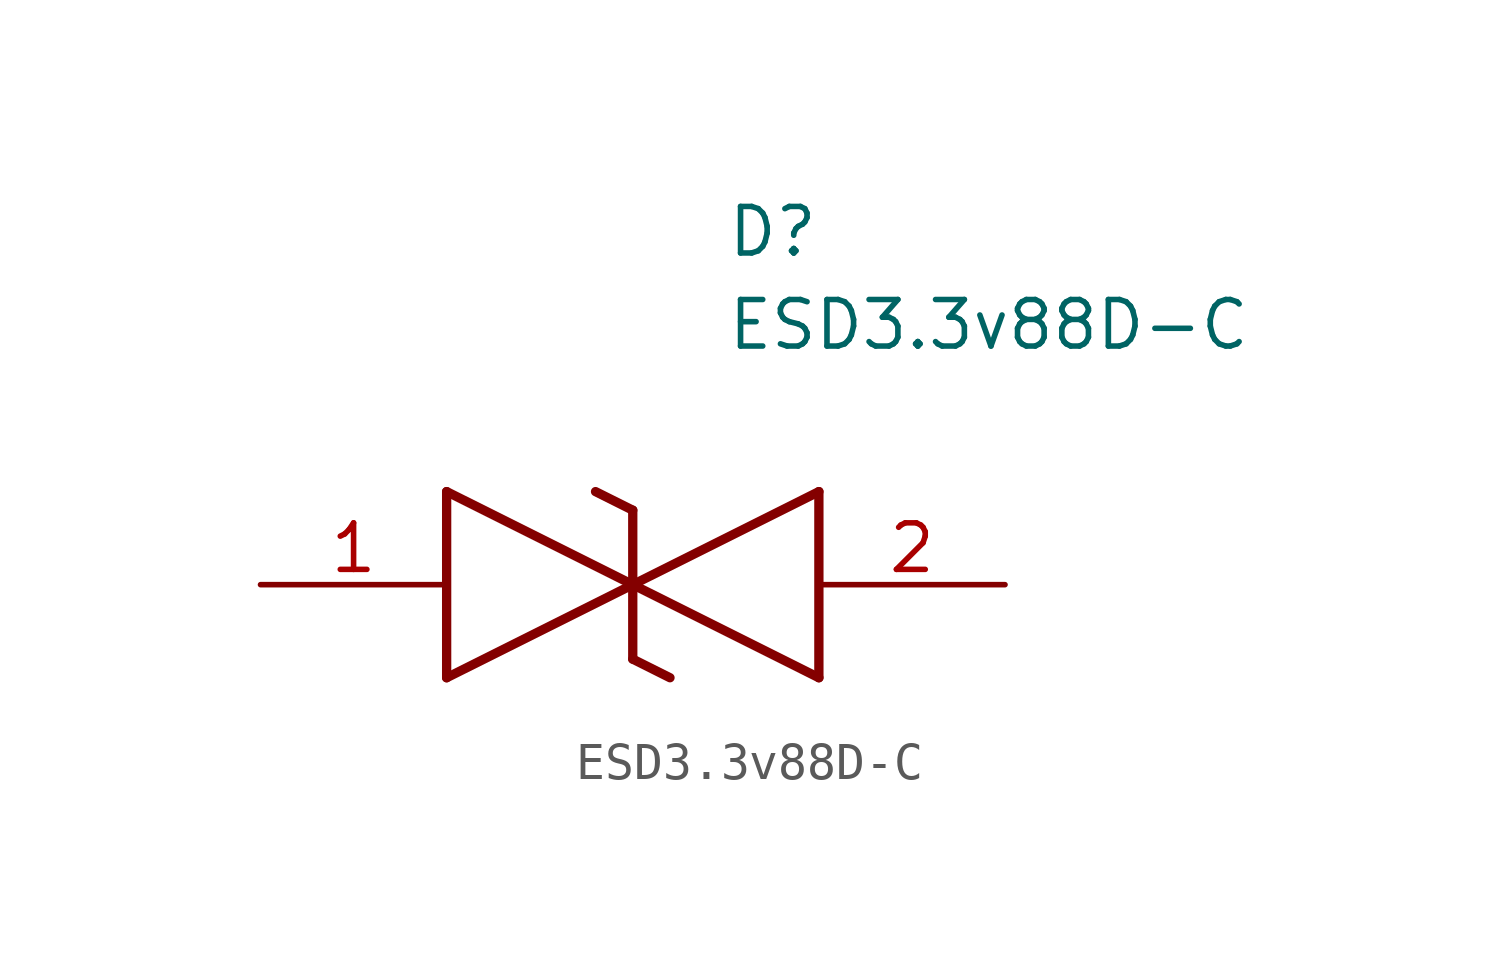
<source format=kicad_sym>
(kicad_symbol_lib
  (version 20211014)
  (generator SamacSys_ECAD_Model)
  (symbol "ESD3.3v88D-C"
    (pin_names hide)
    (property "Reference" "D"
      (at 12.7 8.89 0)
      (effects (font (size 1.27 1.27)) (justify left bottom)))
    (property "Value" "ESD3.3v88D-C"
      (at 12.7 6.35 0)
      (effects (font (size 1.27 1.27)) (justify left bottom)))
    (polyline
      (pts (xy 10.16 0) (xy 5.08 -2.54))
      (stroke (width 0.254) (type default))
      (fill (type none)))
    (polyline
      (pts (xy 5.08 2.54) (xy 5.08 -2.54))
      (stroke (width 0.254) (type default))
      (fill (type none)))
    (polyline
      (pts (xy 5.08 2.54) (xy 10.16 0))
      (stroke (width 0.254) (type default))
      (fill (type none)))
    (polyline
      (pts (xy 10.16 0) (xy 15.24 -2.54))
      (stroke (width 0.254) (type default))
      (fill (type none)))
    (polyline
      (pts (xy 15.24 2.54) (xy 15.24 -2.54))
      (stroke (width 0.254) (type default))
      (fill (type none)))
    (polyline
      (pts (xy 15.24 2.54) (xy 10.16 0))
      (stroke (width 0.254) (type default))
      (fill (type none)))
    (polyline
      (pts (xy 10.16 -2.032) (xy 10.16 2.032))
      (stroke (width 0.254) (type default))
      (fill (type none)))
    (polyline
      (pts (xy 9.144 2.54) (xy 10.16 2.032))
      (stroke (width 0.254) (type default))
      (fill (type none)))
    (polyline
      (pts (xy 10.16 -2.032) (xy 11.176 -2.54))
      (stroke (width 0.254) (type default))
      (fill (type none)))
    (pin passive line
      (at 0 0 0)
      (length 5.08)
      (name "1" (effects (font (size 1.27 1.27))))
      (number "1" (effects (font (size 1.27 1.27)))))
    (pin passive line
      (at 20.32 0 180)
      (length 5.08)
      (name "2" (effects (font (size 1.27 1.27))))
      (number "2" (effects (font (size 1.27 1.27)))))))
</source>
